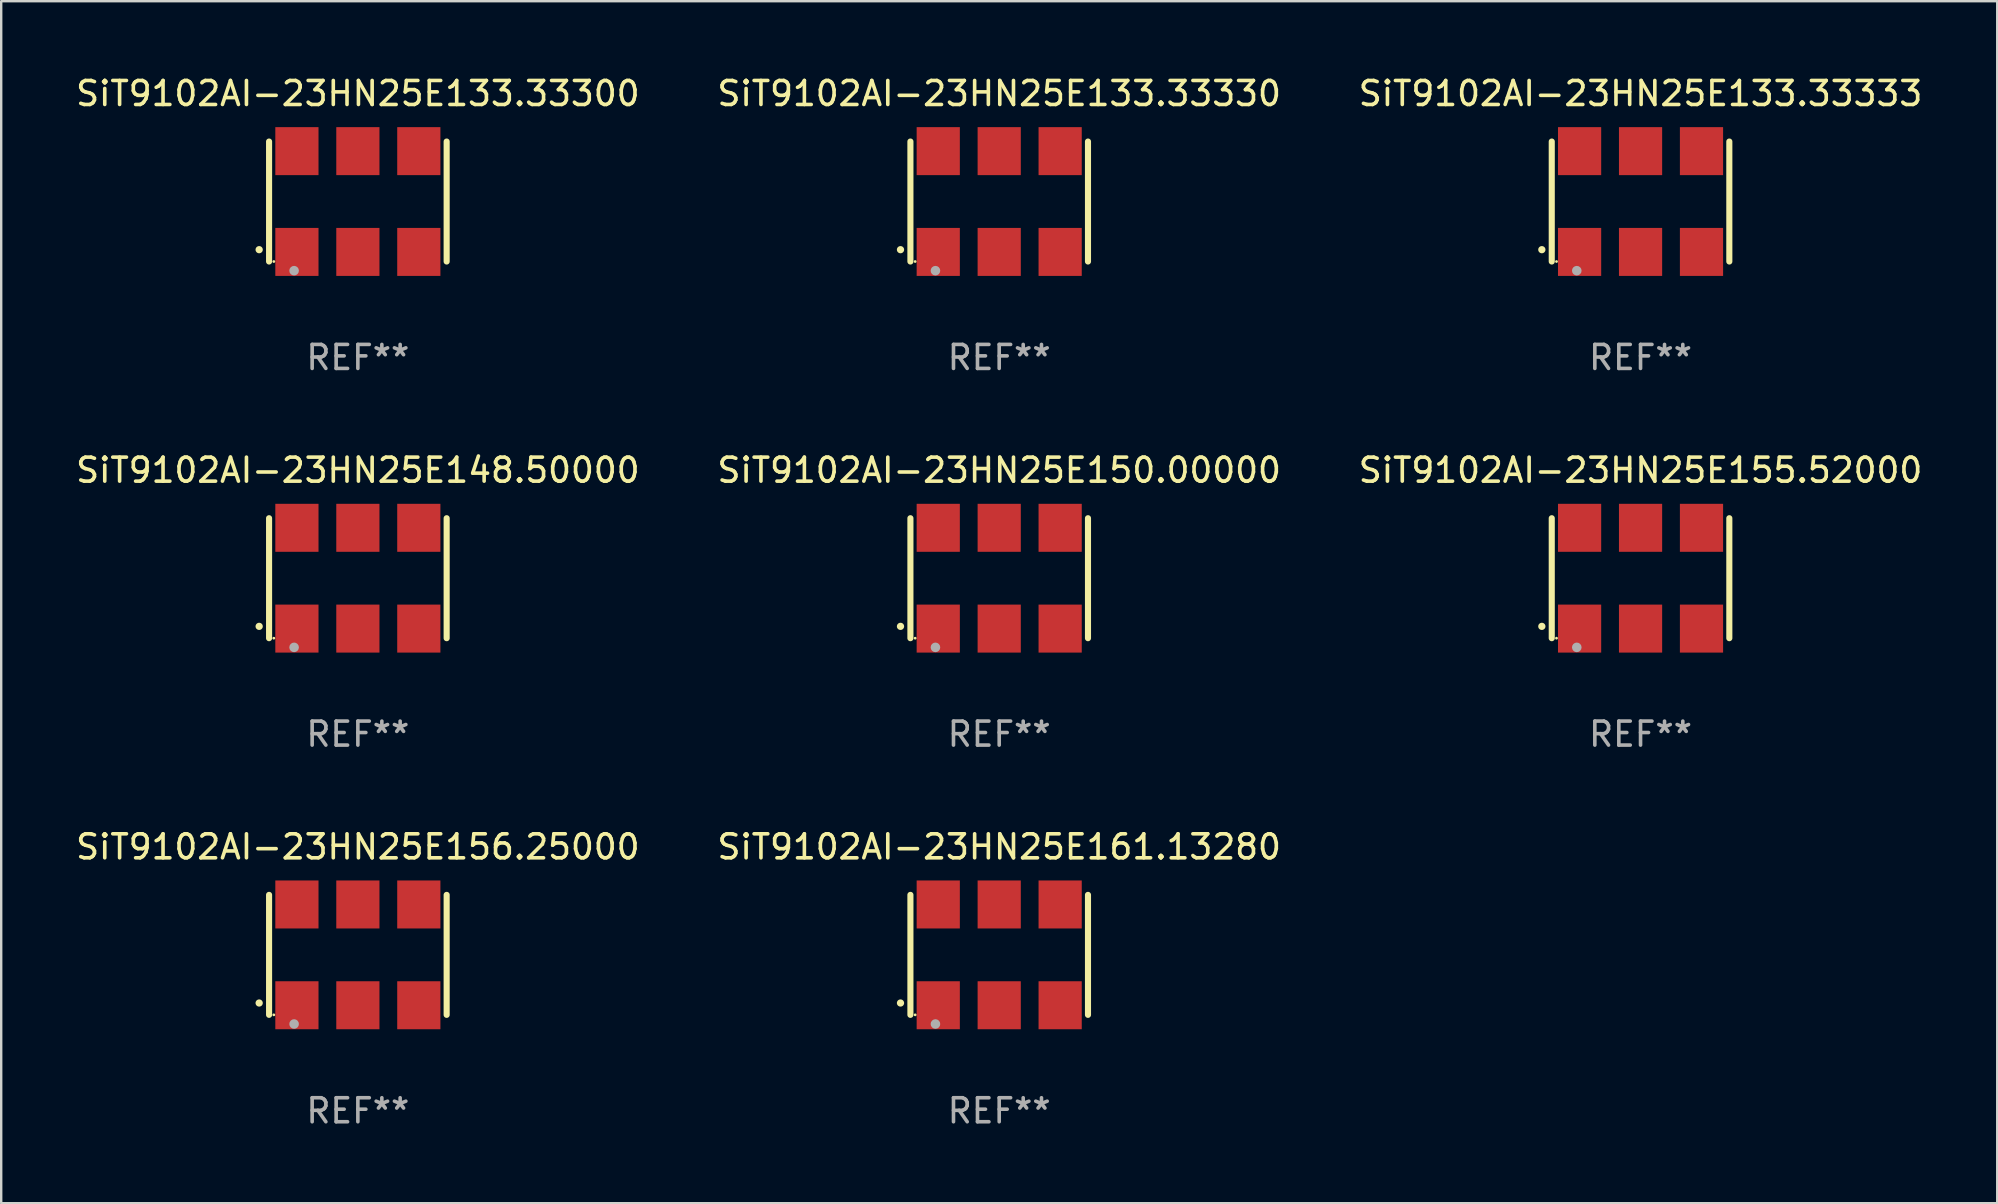
<source format=kicad_pcb>
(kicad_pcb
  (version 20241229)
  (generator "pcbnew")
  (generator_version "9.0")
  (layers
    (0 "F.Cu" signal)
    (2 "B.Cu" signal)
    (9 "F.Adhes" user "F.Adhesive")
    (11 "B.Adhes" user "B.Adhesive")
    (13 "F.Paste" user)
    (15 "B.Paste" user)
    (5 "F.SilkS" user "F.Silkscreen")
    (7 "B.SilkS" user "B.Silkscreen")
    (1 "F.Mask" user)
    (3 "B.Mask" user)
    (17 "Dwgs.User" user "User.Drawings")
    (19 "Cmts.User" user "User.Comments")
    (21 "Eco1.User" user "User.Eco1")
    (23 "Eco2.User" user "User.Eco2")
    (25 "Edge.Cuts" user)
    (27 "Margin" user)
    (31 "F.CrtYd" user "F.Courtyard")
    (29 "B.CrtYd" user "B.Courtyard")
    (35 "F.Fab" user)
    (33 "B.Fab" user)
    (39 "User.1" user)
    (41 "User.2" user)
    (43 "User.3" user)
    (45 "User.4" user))
  (footprint "SiT9102AI-23HN25E133.33330"
    (layer "F.Cu")
    (at 38.589 5.348)
    (property "Reference" "SiT9102AI-23HN25E133.33330" (at 0 -4.5 0) (layer "F.SilkS") (effects (font (size 1 1) (thickness 0.15))))
    (attr through_hole)
    (fp_line (start -3.7 -2.5) (end -3.7 2.5) (stroke (width 0.254) (type solid)) (layer "F.SilkS"))
    (fp_line (start 3.7 -2.5) (end 3.7 2.5) (stroke (width 0.254) (type solid)) (layer "F.SilkS"))
    (fp_arc (start -4.114415 2.006604) (mid -4.113145 2.006599) (end -4.111875 2.006604) (stroke (width 0.3) (type solid)) (layer "F.SilkS"))
    (fp_circle (center -3.502 2.5) (end -3.472 2.5) (stroke (width 0.06) (type solid)) (fill no) (layer "F.SilkS"))
    (fp_circle (center -2.657 2.882) (end -2.557 2.882) (stroke (width 0.2) (type solid)) (fill no) (layer "F.Fab"))
    (fp_text user "REF**" (at 0 6.5 0) (layer "F.Fab") (effects (font (size 1 1) (thickness 0.15))))
    (pad "1" smd rect (at -2.54 2.1) (size 1.8 2) (layers "F.Cu" "F.Mask" "F.Paste"))
    (pad "2" smd rect (at 0.000394 2.1) (size 1.8 2) (layers "F.Cu" "F.Mask" "F.Paste"))
    (pad "3" smd rect (at 2.54 2.1) (size 1.8 2) (layers "F.Cu" "F.Mask" "F.Paste"))
    (pad "4" smd rect (at 2.54 -2.1) (size 1.8 2) (layers "F.Cu" "F.Mask" "F.Paste"))
    (pad "5" smd rect (at 0.000394 -2.1) (size 1.8 2) (layers "F.Cu" "F.Mask" "F.Paste"))
    (pad "6" smd rect (at -2.54 -2.1) (size 1.8 2) (layers "F.Cu" "F.Mask" "F.Paste")))
  (footprint "SiT9102AI-23HN25E133.33300"
    (layer "F.Cu")
    (at 11.863 5.348)
    (property "Reference" "SiT9102AI-23HN25E133.33300" (at 0 -4.5 0) (layer "F.SilkS") (effects (font (size 1 1) (thickness 0.15))))
    (attr through_hole)
    (fp_line (start -3.7 -2.5) (end -3.7 2.5) (stroke (width 0.254) (type solid)) (layer "F.SilkS"))
    (fp_line (start 3.7 -2.5) (end 3.7 2.5) (stroke (width 0.254) (type solid)) (layer "F.SilkS"))
    (fp_arc (start -4.114415 2.006604) (mid -4.113145 2.006599) (end -4.111875 2.006604) (stroke (width 0.3) (type solid)) (layer "F.SilkS"))
    (fp_circle (center -3.502 2.5) (end -3.472 2.5) (stroke (width 0.06) (type solid)) (fill no) (layer "F.SilkS"))
    (fp_circle (center -2.657 2.882) (end -2.557 2.882) (stroke (width 0.2) (type solid)) (fill no) (layer "F.Fab"))
    (fp_text user "REF**" (at 0 6.5 0) (layer "F.Fab") (effects (font (size 1 1) (thickness 0.15))))
    (pad "1" smd rect (at -2.54 2.1) (size 1.8 2) (layers "F.Cu" "F.Mask" "F.Paste"))
    (pad "2" smd rect (at 0.000394 2.1) (size 1.8 2) (layers "F.Cu" "F.Mask" "F.Paste"))
    (pad "3" smd rect (at 2.54 2.1) (size 1.8 2) (layers "F.Cu" "F.Mask" "F.Paste"))
    (pad "4" smd rect (at 2.54 -2.1) (size 1.8 2) (layers "F.Cu" "F.Mask" "F.Paste"))
    (pad "5" smd rect (at 0.000394 -2.1) (size 1.8 2) (layers "F.Cu" "F.Mask" "F.Paste"))
    (pad "6" smd rect (at -2.54 -2.1) (size 1.8 2) (layers "F.Cu" "F.Mask" "F.Paste")))
  (footprint "SiT9102AI-23HN25E150.00000"
    (layer "F.Cu")
    (at 38.589 21.045)
    (property "Reference" "SiT9102AI-23HN25E150.00000" (at 0 -4.5 0) (layer "F.SilkS") (effects (font (size 1 1) (thickness 0.15))))
    (attr through_hole)
    (fp_line (start -3.7 -2.5) (end -3.7 2.5) (stroke (width 0.254) (type solid)) (layer "F.SilkS"))
    (fp_line (start 3.7 -2.5) (end 3.7 2.5) (stroke (width 0.254) (type solid)) (layer "F.SilkS"))
    (fp_arc (start -4.114415 2.006604) (mid -4.113145 2.006599) (end -4.111875 2.006604) (stroke (width 0.3) (type solid)) (layer "F.SilkS"))
    (fp_circle (center -3.502 2.5) (end -3.472 2.5) (stroke (width 0.06) (type solid)) (fill no) (layer "F.SilkS"))
    (fp_circle (center -2.657 2.882) (end -2.557 2.882) (stroke (width 0.2) (type solid)) (fill no) (layer "F.Fab"))
    (fp_text user "REF**" (at 0 6.5 0) (layer "F.Fab") (effects (font (size 1 1) (thickness 0.15))))
    (pad "1" smd rect (at -2.54 2.1) (size 1.8 2) (layers "F.Cu" "F.Mask" "F.Paste"))
    (pad "2" smd rect (at 0.000394 2.1) (size 1.8 2) (layers "F.Cu" "F.Mask" "F.Paste"))
    (pad "3" smd rect (at 2.54 2.1) (size 1.8 2) (layers "F.Cu" "F.Mask" "F.Paste"))
    (pad "4" smd rect (at 2.54 -2.1) (size 1.8 2) (layers "F.Cu" "F.Mask" "F.Paste"))
    (pad "5" smd rect (at 0.000394 -2.1) (size 1.8 2) (layers "F.Cu" "F.Mask" "F.Paste"))
    (pad "6" smd rect (at -2.54 -2.1) (size 1.8 2) (layers "F.Cu" "F.Mask" "F.Paste")))
  (footprint "SiT9102AI-23HN25E148.50000"
    (layer "F.Cu")
    (at 11.863 21.045)
    (property "Reference" "SiT9102AI-23HN25E148.50000" (at 0 -4.5 0) (layer "F.SilkS") (effects (font (size 1 1) (thickness 0.15))))
    (attr through_hole)
    (fp_line (start -3.7 -2.5) (end -3.7 2.5) (stroke (width 0.254) (type solid)) (layer "F.SilkS"))
    (fp_line (start 3.7 -2.5) (end 3.7 2.5) (stroke (width 0.254) (type solid)) (layer "F.SilkS"))
    (fp_arc (start -4.114415 2.006604) (mid -4.113145 2.006599) (end -4.111875 2.006604) (stroke (width 0.3) (type solid)) (layer "F.SilkS"))
    (fp_circle (center -3.502 2.5) (end -3.472 2.5) (stroke (width 0.06) (type solid)) (fill no) (layer "F.SilkS"))
    (fp_circle (center -2.657 2.882) (end -2.557 2.882) (stroke (width 0.2) (type solid)) (fill no) (layer "F.Fab"))
    (fp_text user "REF**" (at 0 6.5 0) (layer "F.Fab") (effects (font (size 1 1) (thickness 0.15))))
    (pad "1" smd rect (at -2.54 2.1) (size 1.8 2) (layers "F.Cu" "F.Mask" "F.Paste"))
    (pad "2" smd rect (at 0.000394 2.1) (size 1.8 2) (layers "F.Cu" "F.Mask" "F.Paste"))
    (pad "3" smd rect (at 2.54 2.1) (size 1.8 2) (layers "F.Cu" "F.Mask" "F.Paste"))
    (pad "4" smd rect (at 2.54 -2.1) (size 1.8 2) (layers "F.Cu" "F.Mask" "F.Paste"))
    (pad "5" smd rect (at 0.000394 -2.1) (size 1.8 2) (layers "F.Cu" "F.Mask" "F.Paste"))
    (pad "6" smd rect (at -2.54 -2.1) (size 1.8 2) (layers "F.Cu" "F.Mask" "F.Paste")))
  (footprint "SiT9102AI-23HN25E161.13280"
    (layer "F.Cu")
    (at 38.589 36.741)
    (property "Reference" "SiT9102AI-23HN25E161.13280" (at 0 -4.5 0) (layer "F.SilkS") (effects (font (size 1 1) (thickness 0.15))))
    (attr through_hole)
    (fp_line (start -3.7 -2.5) (end -3.7 2.5) (stroke (width 0.254) (type solid)) (layer "F.SilkS"))
    (fp_line (start 3.7 -2.5) (end 3.7 2.5) (stroke (width 0.254) (type solid)) (layer "F.SilkS"))
    (fp_arc (start -4.114415 2.006604) (mid -4.113145 2.006599) (end -4.111875 2.006604) (stroke (width 0.3) (type solid)) (layer "F.SilkS"))
    (fp_circle (center -3.502 2.5) (end -3.472 2.5) (stroke (width 0.06) (type solid)) (fill no) (layer "F.SilkS"))
    (fp_circle (center -2.657 2.882) (end -2.557 2.882) (stroke (width 0.2) (type solid)) (fill no) (layer "F.Fab"))
    (fp_text user "REF**" (at 0 6.5 0) (layer "F.Fab") (effects (font (size 1 1) (thickness 0.15))))
    (pad "1" smd rect (at -2.54 2.1) (size 1.8 2) (layers "F.Cu" "F.Mask" "F.Paste"))
    (pad "2" smd rect (at 0.000394 2.1) (size 1.8 2) (layers "F.Cu" "F.Mask" "F.Paste"))
    (pad "3" smd rect (at 2.54 2.1) (size 1.8 2) (layers "F.Cu" "F.Mask" "F.Paste"))
    (pad "4" smd rect (at 2.54 -2.1) (size 1.8 2) (layers "F.Cu" "F.Mask" "F.Paste"))
    (pad "5" smd rect (at 0.000394 -2.1) (size 1.8 2) (layers "F.Cu" "F.Mask" "F.Paste"))
    (pad "6" smd rect (at -2.54 -2.1) (size 1.8 2) (layers "F.Cu" "F.Mask" "F.Paste")))
  (footprint "SiT9102AI-23HN25E133.33333"
    (layer "F.Cu")
    (at 65.315 5.348)
    (property "Reference" "SiT9102AI-23HN25E133.33333" (at 0 -4.5 0) (layer "F.SilkS") (effects (font (size 1 1) (thickness 0.15))))
    (attr through_hole)
    (fp_line (start -3.7 -2.5) (end -3.7 2.5) (stroke (width 0.254) (type solid)) (layer "F.SilkS"))
    (fp_line (start 3.7 -2.5) (end 3.7 2.5) (stroke (width 0.254) (type solid)) (layer "F.SilkS"))
    (fp_arc (start -4.114415 2.006604) (mid -4.113145 2.006599) (end -4.111875 2.006604) (stroke (width 0.3) (type solid)) (layer "F.SilkS"))
    (fp_circle (center -3.502 2.5) (end -3.472 2.5) (stroke (width 0.06) (type solid)) (fill no) (layer "F.SilkS"))
    (fp_circle (center -2.657 2.882) (end -2.557 2.882) (stroke (width 0.2) (type solid)) (fill no) (layer "F.Fab"))
    (fp_text user "REF**" (at 0 6.5 0) (layer "F.Fab") (effects (font (size 1 1) (thickness 0.15))))
    (pad "1" smd rect (at -2.54 2.1) (size 1.8 2) (layers "F.Cu" "F.Mask" "F.Paste"))
    (pad "2" smd rect (at 0.000394 2.1) (size 1.8 2) (layers "F.Cu" "F.Mask" "F.Paste"))
    (pad "3" smd rect (at 2.54 2.1) (size 1.8 2) (layers "F.Cu" "F.Mask" "F.Paste"))
    (pad "4" smd rect (at 2.54 -2.1) (size 1.8 2) (layers "F.Cu" "F.Mask" "F.Paste"))
    (pad "5" smd rect (at 0.000394 -2.1) (size 1.8 2) (layers "F.Cu" "F.Mask" "F.Paste"))
    (pad "6" smd rect (at -2.54 -2.1) (size 1.8 2) (layers "F.Cu" "F.Mask" "F.Paste")))
  (footprint "SiT9102AI-23HN25E156.25000"
    (layer "F.Cu")
    (at 11.863 36.741)
    (property "Reference" "SiT9102AI-23HN25E156.25000" (at 0 -4.5 0) (layer "F.SilkS") (effects (font (size 1 1) (thickness 0.15))))
    (attr through_hole)
    (fp_line (start -3.7 -2.5) (end -3.7 2.5) (stroke (width 0.254) (type solid)) (layer "F.SilkS"))
    (fp_line (start 3.7 -2.5) (end 3.7 2.5) (stroke (width 0.254) (type solid)) (layer "F.SilkS"))
    (fp_arc (start -4.114415 2.006604) (mid -4.113145 2.006599) (end -4.111875 2.006604) (stroke (width 0.3) (type solid)) (layer "F.SilkS"))
    (fp_circle (center -3.502 2.5) (end -3.472 2.5) (stroke (width 0.06) (type solid)) (fill no) (layer "F.SilkS"))
    (fp_circle (center -2.657 2.882) (end -2.557 2.882) (stroke (width 0.2) (type solid)) (fill no) (layer "F.Fab"))
    (fp_text user "REF**" (at 0 6.5 0) (layer "F.Fab") (effects (font (size 1 1) (thickness 0.15))))
    (pad "1" smd rect (at -2.54 2.1) (size 1.8 2) (layers "F.Cu" "F.Mask" "F.Paste"))
    (pad "2" smd rect (at 0.000394 2.1) (size 1.8 2) (layers "F.Cu" "F.Mask" "F.Paste"))
    (pad "3" smd rect (at 2.54 2.1) (size 1.8 2) (layers "F.Cu" "F.Mask" "F.Paste"))
    (pad "4" smd rect (at 2.54 -2.1) (size 1.8 2) (layers "F.Cu" "F.Mask" "F.Paste"))
    (pad "5" smd rect (at 0.000394 -2.1) (size 1.8 2) (layers "F.Cu" "F.Mask" "F.Paste"))
    (pad "6" smd rect (at -2.54 -2.1) (size 1.8 2) (layers "F.Cu" "F.Mask" "F.Paste")))
  (footprint "SiT9102AI-23HN25E155.52000"
    (layer "F.Cu")
    (at 65.315 21.045)
    (property "Reference" "SiT9102AI-23HN25E155.52000" (at 0 -4.5 0) (layer "F.SilkS") (effects (font (size 1 1) (thickness 0.15))))
    (attr through_hole)
    (fp_line (start -3.7 -2.5) (end -3.7 2.5) (stroke (width 0.254) (type solid)) (layer "F.SilkS"))
    (fp_line (start 3.7 -2.5) (end 3.7 2.5) (stroke (width 0.254) (type solid)) (layer "F.SilkS"))
    (fp_arc (start -4.114415 2.006604) (mid -4.113145 2.006599) (end -4.111875 2.006604) (stroke (width 0.3) (type solid)) (layer "F.SilkS"))
    (fp_circle (center -3.502 2.5) (end -3.472 2.5) (stroke (width 0.06) (type solid)) (fill no) (layer "F.SilkS"))
    (fp_circle (center -2.657 2.882) (end -2.557 2.882) (stroke (width 0.2) (type solid)) (fill no) (layer "F.Fab"))
    (fp_text user "REF**" (at 0 6.5 0) (layer "F.Fab") (effects (font (size 1 1) (thickness 0.15))))
    (pad "1" smd rect (at -2.54 2.1) (size 1.8 2) (layers "F.Cu" "F.Mask" "F.Paste"))
    (pad "2" smd rect (at 0.000394 2.1) (size 1.8 2) (layers "F.Cu" "F.Mask" "F.Paste"))
    (pad "3" smd rect (at 2.54 2.1) (size 1.8 2) (layers "F.Cu" "F.Mask" "F.Paste"))
    (pad "4" smd rect (at 2.54 -2.1) (size 1.8 2) (layers "F.Cu" "F.Mask" "F.Paste"))
    (pad "5" smd rect (at 0.000394 -2.1) (size 1.8 2) (layers "F.Cu" "F.Mask" "F.Paste"))
    (pad "6" smd rect (at -2.54 -2.1) (size 1.8 2) (layers "F.Cu" "F.Mask" "F.Paste")))
  (gr_rect
    (start -3 -3)
    (end 80.179 47.09)
    (stroke (width 0.1) (type default))
    (fill no)
    (layer "Edge.Cuts")))
</source>
